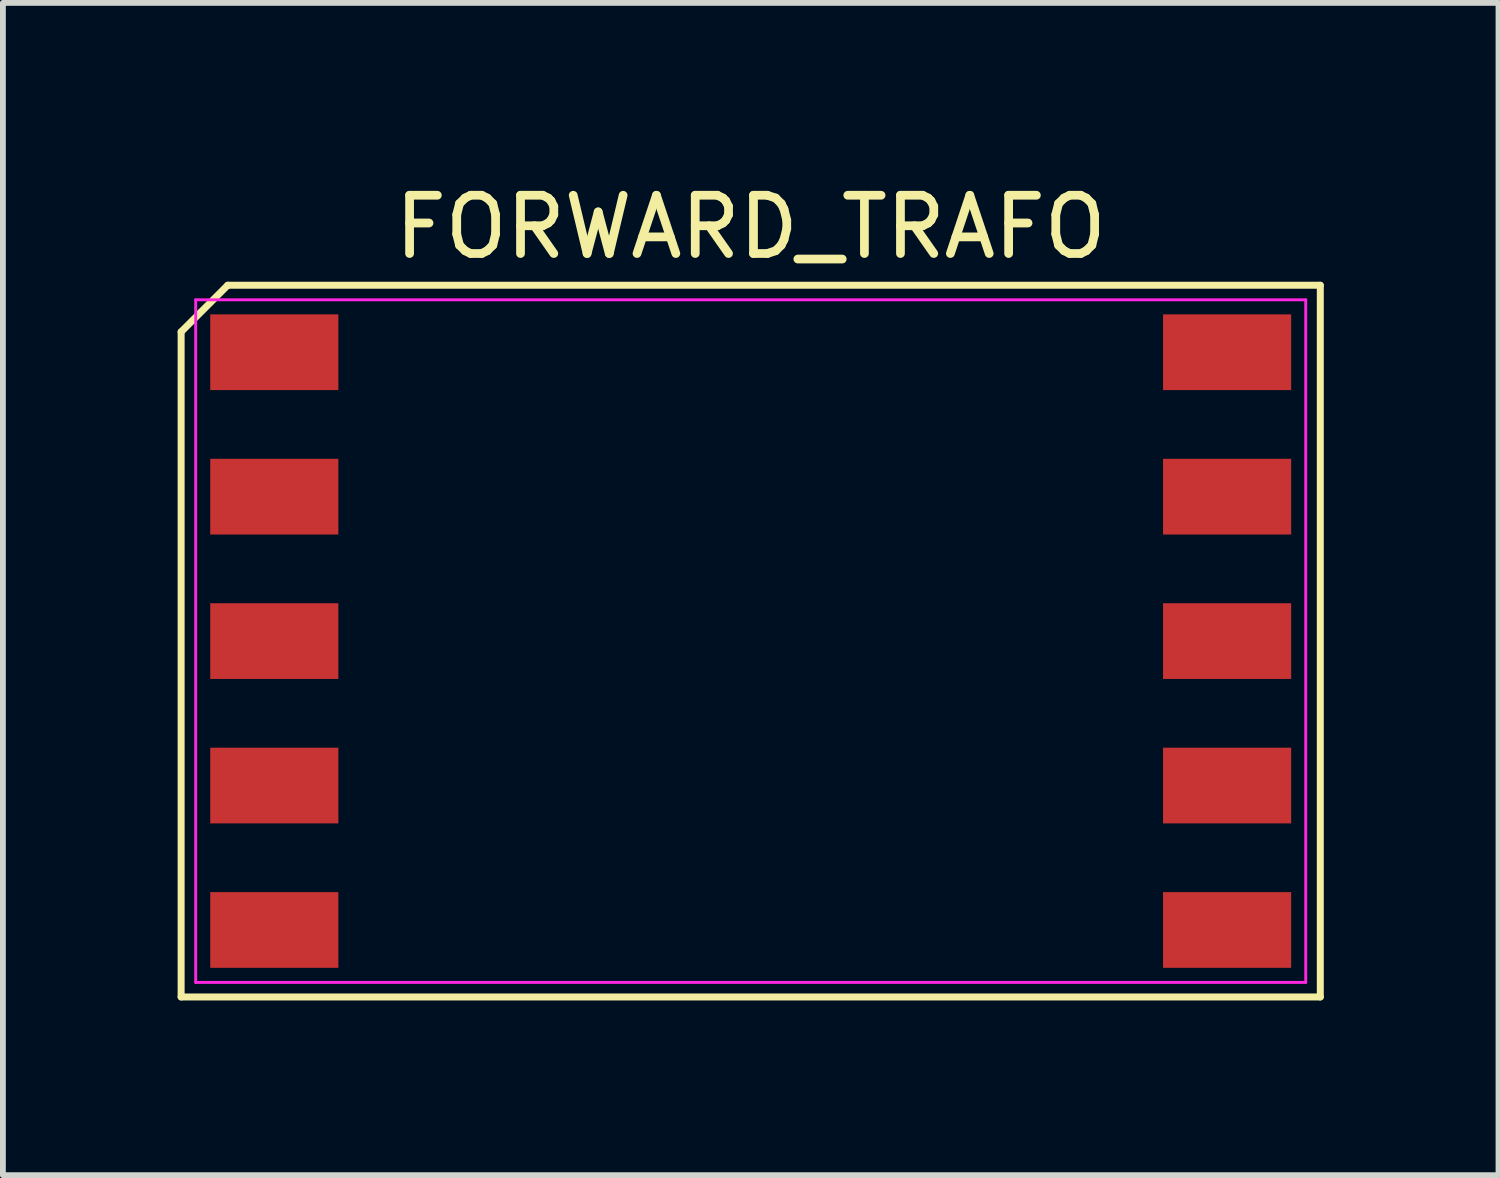
<source format=kicad_pcb>
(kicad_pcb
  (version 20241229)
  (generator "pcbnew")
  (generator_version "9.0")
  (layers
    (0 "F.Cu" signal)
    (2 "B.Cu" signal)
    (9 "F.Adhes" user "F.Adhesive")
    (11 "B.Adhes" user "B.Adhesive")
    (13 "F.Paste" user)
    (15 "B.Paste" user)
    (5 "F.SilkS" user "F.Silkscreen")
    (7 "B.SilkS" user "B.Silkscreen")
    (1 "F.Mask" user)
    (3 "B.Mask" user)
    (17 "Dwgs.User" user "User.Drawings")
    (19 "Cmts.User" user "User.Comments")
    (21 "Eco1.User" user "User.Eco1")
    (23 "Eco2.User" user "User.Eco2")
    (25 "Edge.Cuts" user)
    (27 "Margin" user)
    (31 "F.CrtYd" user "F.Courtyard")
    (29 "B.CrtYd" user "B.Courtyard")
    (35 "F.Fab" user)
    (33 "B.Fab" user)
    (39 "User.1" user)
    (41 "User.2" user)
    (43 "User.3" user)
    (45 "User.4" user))
  (footprint "FORWARD_TRAFO"
    (layer "F.Cu")
    (at 9.84 7.958)
    (property "Reference" "FORWARD_TRAFO" (at 0 -7.11 0) (layer "F.SilkS") (effects (font (size 1 1) (thickness 0.15))))
    (attr smd)
    (fp_line (start -9.78 -5.31) (end -8.98 -6.11) (stroke (width 0.12) (type solid)) (layer "F.SilkS"))
    (fp_line (start -9.78 6.11) (end -9.78 -5.31) (stroke (width 0.12) (type solid)) (layer "F.SilkS"))
    (fp_line (start -8.98 -6.11) (end 9.78 -6.11) (stroke (width 0.12) (type solid)) (layer "F.SilkS"))
    (fp_line (start 9.78 -6.11) (end 9.78 6.11) (stroke (width 0.12) (type solid)) (layer "F.SilkS"))
    (fp_line (start 9.78 6.11) (end -9.78 6.11) (stroke (width 0.12) (type solid)) (layer "F.SilkS"))
    (fp_line (start -9.53 -5.86) (end 9.53 -5.86) (stroke (width 0.05) (type solid)) (layer "F.CrtYd"))
    (fp_line (start -9.53 5.86) (end -9.53 -5.86) (stroke (width 0.05) (type solid)) (layer "F.CrtYd"))
    (fp_line (start 9.53 -5.86) (end 9.53 5.86) (stroke (width 0.05) (type solid)) (layer "F.CrtYd"))
    (fp_line (start 9.53 5.86) (end -9.53 5.86) (stroke (width 0.05) (type solid)) (layer "F.CrtYd"))
    (pad "1" smd rect (at -8.18 -4.96 270) (size 1.3 2.2) (layers "F.Cu" "F.Mask" "F.Paste"))
    (pad "2" smd rect (at -8.18 -2.48 270) (size 1.3 2.2) (layers "F.Cu" "F.Mask" "F.Paste"))
    (pad "3" smd rect (at -8.18 0 270) (size 1.3 2.2) (layers "F.Cu" "F.Mask" "F.Paste"))
    (pad "4" smd rect (at -8.18 2.48 270) (size 1.3 2.2) (layers "F.Cu" "F.Mask" "F.Paste"))
    (pad "5" smd rect (at -8.18 4.96 270) (size 1.3 2.2) (layers "F.Cu" "F.Mask" "F.Paste"))
    (pad "6" smd rect (at 8.18 4.96 270) (size 1.3 2.2) (layers "F.Cu" "F.Mask" "F.Paste"))
    (pad "7" smd rect (at 8.18 2.48 270) (size 1.3 2.2) (layers "F.Cu" "F.Mask" "F.Paste"))
    (pad "8" smd rect (at 8.18 0 270) (size 1.3 2.2) (layers "F.Cu" "F.Mask" "F.Paste"))
    (pad "9" smd rect (at 8.18 -2.48 270) (size 1.3 2.2) (layers "F.Cu" "F.Mask" "F.Paste"))
    (pad "10" smd rect (at 8.18 -4.96 270) (size 1.3 2.2) (layers "F.Cu" "F.Mask" "F.Paste")))
  (gr_rect
    (start -3 -3)
    (end 22.68 17.128)
    (stroke (width 0.1) (type default))
    (fill no)
    (layer "Edge.Cuts")))
</source>
